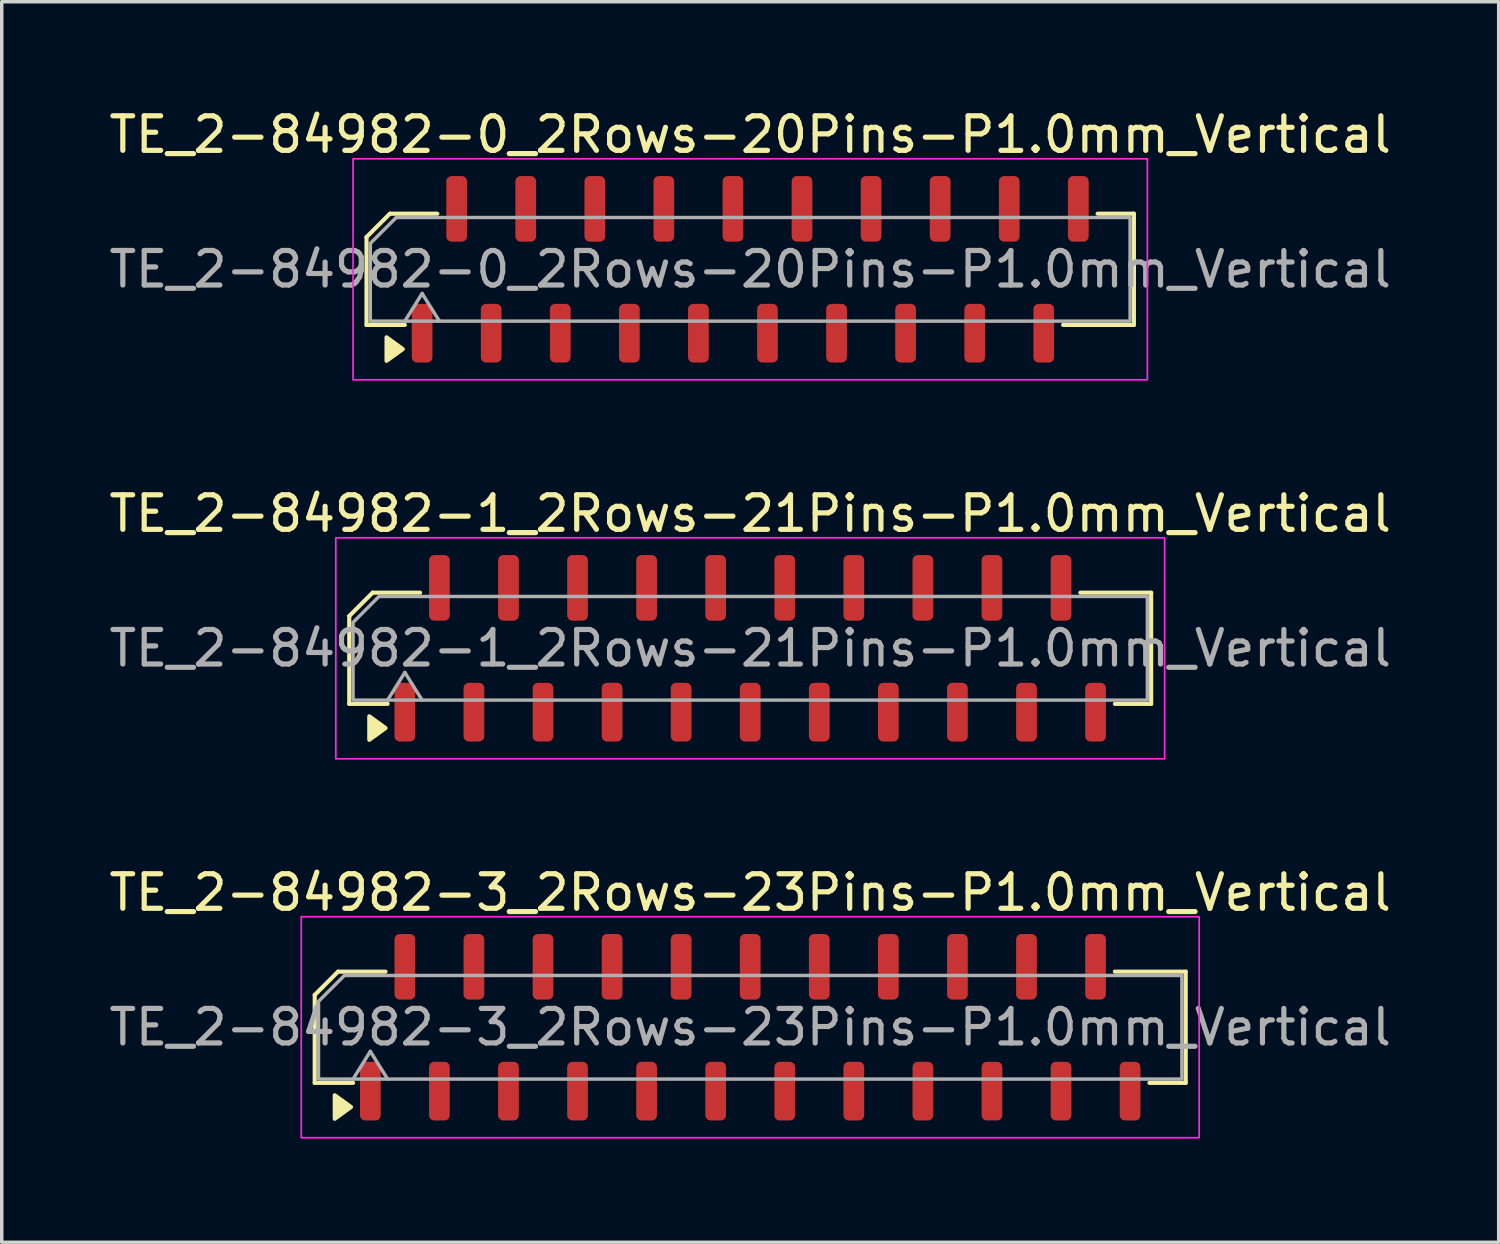
<source format=kicad_pcb>
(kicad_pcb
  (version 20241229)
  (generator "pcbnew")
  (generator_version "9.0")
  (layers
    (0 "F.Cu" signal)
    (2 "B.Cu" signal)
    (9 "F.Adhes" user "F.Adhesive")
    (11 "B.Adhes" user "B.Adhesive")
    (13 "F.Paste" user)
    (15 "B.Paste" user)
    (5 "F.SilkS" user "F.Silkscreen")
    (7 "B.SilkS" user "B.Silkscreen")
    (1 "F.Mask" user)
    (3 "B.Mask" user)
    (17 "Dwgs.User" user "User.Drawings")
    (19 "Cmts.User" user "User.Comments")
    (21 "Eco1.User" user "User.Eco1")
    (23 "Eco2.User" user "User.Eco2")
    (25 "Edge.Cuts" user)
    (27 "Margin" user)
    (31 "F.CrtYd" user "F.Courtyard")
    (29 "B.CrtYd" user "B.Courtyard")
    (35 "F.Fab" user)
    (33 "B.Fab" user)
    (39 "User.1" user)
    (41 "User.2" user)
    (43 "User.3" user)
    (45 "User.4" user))
  (footprint "TE_2-84982-1_2Rows-21Pins-P1.0mm_Vertical"
    (layer "F.Cu")
    (at 18.673 15.722)
    (property "Reference" "TE_2-84982-1_2Rows-21Pins-P1.0mm_Vertical" (at 0 -3.9 0) (layer "F.SilkS") (effects (font (size 1 1) (thickness 0.15))))
    (attr smd)
    (fp_line (start -11.61 -0.934) (end -11.61 1.61) (stroke (width 0.12) (type solid)) (layer "F.SilkS"))
    (fp_line (start -11.61 1.61) (end -10.5 1.61) (stroke (width 0.12) (type solid)) (layer "F.SilkS"))
    (fp_line (start -10.934 -1.61) (end -11.61 -0.934) (stroke (width 0.12) (type solid)) (layer "F.SilkS"))
    (fp_line (start -9.56 -1.61) (end -10.934 -1.61) (stroke (width 0.12) (type solid)) (layer "F.SilkS"))
    (fp_line (start 10.56 1.61) (end 11.61 1.61) (stroke (width 0.12) (type solid)) (layer "F.SilkS"))
    (fp_line (start 11.61 -1.61) (end 9.56 -1.61) (stroke (width 0.12) (type solid)) (layer "F.SilkS"))
    (fp_line (start 11.61 1.61) (end 11.61 -1.61) (stroke (width 0.12) (type solid)) (layer "F.SilkS"))
    (fp_poly (pts (xy -10.56 2.31) (xy -11.03 2.65) (xy -11.03 1.97)) (stroke (width 0.12) (type solid)) (fill yes) (layer "F.SilkS"))
    (fp_rect (start -12 -3.2) (end 12 3.2) (stroke (width 0.05) (type solid)) (fill no) (layer "F.CrtYd"))
    (fp_line (start -10.5 1.5) (end -10 0.7) (stroke (width 0.1) (type solid)) (layer "F.Fab"))
    (fp_line (start -10 0.7) (end -9.5 1.5) (stroke (width 0.1) (type solid)) (layer "F.Fab"))
    (fp_poly (pts (xy -11.5 -0.75) (xy -11.5 1.5) (xy 11.5 1.5) (xy 11.5 -1.5) (xy -10.75 -1.5)) (stroke (width 0.1) (type solid)) (fill no) (layer "F.Fab"))
    (fp_text user "${REFERENCE}" (at 0 0 0) (layer "F.Fab") (effects (font (size 1 1) (thickness 0.15))))
    (pad "1" smd roundrect (at -10 1.85) (size 0.6 1.7) (layers "F.Cu" "F.Mask" "F.Paste") (roundrect_rratio 0.25))
    (pad "2" smd roundrect (at -9 -1.75) (size 0.6 1.9) (layers "F.Cu" "F.Mask" "F.Paste") (roundrect_rratio 0.25))
    (pad "3" smd roundrect (at -8 1.85) (size 0.6 1.7) (layers "F.Cu" "F.Mask" "F.Paste") (roundrect_rratio 0.25))
    (pad "4" smd roundrect (at -7 -1.75) (size 0.6 1.9) (layers "F.Cu" "F.Mask" "F.Paste") (roundrect_rratio 0.25))
    (pad "5" smd roundrect (at -6 1.85) (size 0.6 1.7) (layers "F.Cu" "F.Mask" "F.Paste") (roundrect_rratio 0.25))
    (pad "6" smd roundrect (at -5 -1.75) (size 0.6 1.9) (layers "F.Cu" "F.Mask" "F.Paste") (roundrect_rratio 0.25))
    (pad "7" smd roundrect (at -4 1.85) (size 0.6 1.7) (layers "F.Cu" "F.Mask" "F.Paste") (roundrect_rratio 0.25))
    (pad "8" smd roundrect (at -3 -1.75) (size 0.6 1.9) (layers "F.Cu" "F.Mask" "F.Paste") (roundrect_rratio 0.25))
    (pad "9" smd roundrect (at -2 1.85) (size 0.6 1.7) (layers "F.Cu" "F.Mask" "F.Paste") (roundrect_rratio 0.25))
    (pad "10" smd roundrect (at -1 -1.75) (size 0.6 1.9) (layers "F.Cu" "F.Mask" "F.Paste") (roundrect_rratio 0.25))
    (pad "11" smd roundrect (at 0 1.85) (size 0.6 1.7) (layers "F.Cu" "F.Mask" "F.Paste") (roundrect_rratio 0.25))
    (pad "12" smd roundrect (at 1 -1.75) (size 0.6 1.9) (layers "F.Cu" "F.Mask" "F.Paste") (roundrect_rratio 0.25))
    (pad "13" smd roundrect (at 2 1.85) (size 0.6 1.7) (layers "F.Cu" "F.Mask" "F.Paste") (roundrect_rratio 0.25))
    (pad "14" smd roundrect (at 3 -1.75) (size 0.6 1.9) (layers "F.Cu" "F.Mask" "F.Paste") (roundrect_rratio 0.25))
    (pad "15" smd roundrect (at 4 1.85) (size 0.6 1.7) (layers "F.Cu" "F.Mask" "F.Paste") (roundrect_rratio 0.25))
    (pad "16" smd roundrect (at 5 -1.75) (size 0.6 1.9) (layers "F.Cu" "F.Mask" "F.Paste") (roundrect_rratio 0.25))
    (pad "17" smd roundrect (at 6 1.85) (size 0.6 1.7) (layers "F.Cu" "F.Mask" "F.Paste") (roundrect_rratio 0.25))
    (pad "18" smd roundrect (at 7 -1.75) (size 0.6 1.9) (layers "F.Cu" "F.Mask" "F.Paste") (roundrect_rratio 0.25))
    (pad "19" smd roundrect (at 8 1.85) (size 0.6 1.7) (layers "F.Cu" "F.Mask" "F.Paste") (roundrect_rratio 0.25))
    (pad "20" smd roundrect (at 9 -1.75) (size 0.6 1.9) (layers "F.Cu" "F.Mask" "F.Paste") (roundrect_rratio 0.25))
    (pad "21" smd roundrect (at 10 1.85) (size 0.6 1.7) (layers "F.Cu" "F.Mask" "F.Paste") (roundrect_rratio 0.25)))
  (footprint "TE_2-84982-3_2Rows-23Pins-P1.0mm_Vertical"
    (layer "F.Cu")
    (at 18.673 26.695)
    (property "Reference" "TE_2-84982-3_2Rows-23Pins-P1.0mm_Vertical" (at 0 -3.9 0) (layer "F.SilkS") (effects (font (size 1 1) (thickness 0.15))))
    (attr smd)
    (fp_line (start -12.61 -0.934) (end -12.61 1.61) (stroke (width 0.12) (type solid)) (layer "F.SilkS"))
    (fp_line (start -12.61 1.61) (end -11.5 1.61) (stroke (width 0.12) (type solid)) (layer "F.SilkS"))
    (fp_line (start -11.934 -1.61) (end -12.61 -0.934) (stroke (width 0.12) (type solid)) (layer "F.SilkS"))
    (fp_line (start -10.56 -1.61) (end -11.934 -1.61) (stroke (width 0.12) (type solid)) (layer "F.SilkS"))
    (fp_line (start 11.56 1.61) (end 12.61 1.61) (stroke (width 0.12) (type solid)) (layer "F.SilkS"))
    (fp_line (start 12.61 -1.61) (end 10.56 -1.61) (stroke (width 0.12) (type solid)) (layer "F.SilkS"))
    (fp_line (start 12.61 1.61) (end 12.61 -1.61) (stroke (width 0.12) (type solid)) (layer "F.SilkS"))
    (fp_poly (pts (xy -11.56 2.31) (xy -12.03 2.65) (xy -12.03 1.97)) (stroke (width 0.12) (type solid)) (fill yes) (layer "F.SilkS"))
    (fp_rect (start -13 -3.2) (end 13 3.2) (stroke (width 0.05) (type solid)) (fill no) (layer "F.CrtYd"))
    (fp_line (start -11.5 1.5) (end -11 0.7) (stroke (width 0.1) (type solid)) (layer "F.Fab"))
    (fp_line (start -11 0.7) (end -10.5 1.5) (stroke (width 0.1) (type solid)) (layer "F.Fab"))
    (fp_poly (pts (xy -12.5 -0.75) (xy -12.5 1.5) (xy 12.5 1.5) (xy 12.5 -1.5) (xy -11.75 -1.5)) (stroke (width 0.1) (type solid)) (fill no) (layer "F.Fab"))
    (fp_text user "${REFERENCE}" (at 0 0 0) (layer "F.Fab") (effects (font (size 1 1) (thickness 0.15))))
    (pad "1" smd roundrect (at -11 1.85) (size 0.6 1.7) (layers "F.Cu" "F.Mask" "F.Paste") (roundrect_rratio 0.25))
    (pad "2" smd roundrect (at -10 -1.75) (size 0.6 1.9) (layers "F.Cu" "F.Mask" "F.Paste") (roundrect_rratio 0.25))
    (pad "3" smd roundrect (at -9 1.85) (size 0.6 1.7) (layers "F.Cu" "F.Mask" "F.Paste") (roundrect_rratio 0.25))
    (pad "4" smd roundrect (at -8 -1.75) (size 0.6 1.9) (layers "F.Cu" "F.Mask" "F.Paste") (roundrect_rratio 0.25))
    (pad "5" smd roundrect (at -7 1.85) (size 0.6 1.7) (layers "F.Cu" "F.Mask" "F.Paste") (roundrect_rratio 0.25))
    (pad "6" smd roundrect (at -6 -1.75) (size 0.6 1.9) (layers "F.Cu" "F.Mask" "F.Paste") (roundrect_rratio 0.25))
    (pad "7" smd roundrect (at -5 1.85) (size 0.6 1.7) (layers "F.Cu" "F.Mask" "F.Paste") (roundrect_rratio 0.25))
    (pad "8" smd roundrect (at -4 -1.75) (size 0.6 1.9) (layers "F.Cu" "F.Mask" "F.Paste") (roundrect_rratio 0.25))
    (pad "9" smd roundrect (at -3 1.85) (size 0.6 1.7) (layers "F.Cu" "F.Mask" "F.Paste") (roundrect_rratio 0.25))
    (pad "10" smd roundrect (at -2 -1.75) (size 0.6 1.9) (layers "F.Cu" "F.Mask" "F.Paste") (roundrect_rratio 0.25))
    (pad "11" smd roundrect (at -1 1.85) (size 0.6 1.7) (layers "F.Cu" "F.Mask" "F.Paste") (roundrect_rratio 0.25))
    (pad "12" smd roundrect (at 0 -1.75) (size 0.6 1.9) (layers "F.Cu" "F.Mask" "F.Paste") (roundrect_rratio 0.25))
    (pad "13" smd roundrect (at 1 1.85) (size 0.6 1.7) (layers "F.Cu" "F.Mask" "F.Paste") (roundrect_rratio 0.25))
    (pad "14" smd roundrect (at 2 -1.75) (size 0.6 1.9) (layers "F.Cu" "F.Mask" "F.Paste") (roundrect_rratio 0.25))
    (pad "15" smd roundrect (at 3 1.85) (size 0.6 1.7) (layers "F.Cu" "F.Mask" "F.Paste") (roundrect_rratio 0.25))
    (pad "16" smd roundrect (at 4 -1.75) (size 0.6 1.9) (layers "F.Cu" "F.Mask" "F.Paste") (roundrect_rratio 0.25))
    (pad "17" smd roundrect (at 5 1.85) (size 0.6 1.7) (layers "F.Cu" "F.Mask" "F.Paste") (roundrect_rratio 0.25))
    (pad "18" smd roundrect (at 6 -1.75) (size 0.6 1.9) (layers "F.Cu" "F.Mask" "F.Paste") (roundrect_rratio 0.25))
    (pad "19" smd roundrect (at 7 1.85) (size 0.6 1.7) (layers "F.Cu" "F.Mask" "F.Paste") (roundrect_rratio 0.25))
    (pad "20" smd roundrect (at 8 -1.75) (size 0.6 1.9) (layers "F.Cu" "F.Mask" "F.Paste") (roundrect_rratio 0.25))
    (pad "21" smd roundrect (at 9 1.85) (size 0.6 1.7) (layers "F.Cu" "F.Mask" "F.Paste") (roundrect_rratio 0.25))
    (pad "22" smd roundrect (at 10 -1.75) (size 0.6 1.9) (layers "F.Cu" "F.Mask" "F.Paste") (roundrect_rratio 0.25))
    (pad "23" smd roundrect (at 11 1.85) (size 0.6 1.7) (layers "F.Cu" "F.Mask" "F.Paste") (roundrect_rratio 0.25)))
  (footprint "TE_2-84982-0_2Rows-20Pins-P1.0mm_Vertical"
    (layer "F.Cu")
    (at 18.673 4.748)
    (property "Reference" "TE_2-84982-0_2Rows-20Pins-P1.0mm_Vertical" (at 0 -3.9 0) (layer "F.SilkS") (effects (font (size 1 1) (thickness 0.15))))
    (attr smd)
    (fp_line (start -11.11 -0.934) (end -11.11 1.61) (stroke (width 0.12) (type solid)) (layer "F.SilkS"))
    (fp_line (start -11.11 1.61) (end -10 1.61) (stroke (width 0.12) (type solid)) (layer "F.SilkS"))
    (fp_line (start -10.434 -1.61) (end -11.11 -0.934) (stroke (width 0.12) (type solid)) (layer "F.SilkS"))
    (fp_line (start -9.06 -1.61) (end -10.434 -1.61) (stroke (width 0.12) (type solid)) (layer "F.SilkS"))
    (fp_line (start 9.06 1.61) (end 11.11 1.61) (stroke (width 0.12) (type solid)) (layer "F.SilkS"))
    (fp_line (start 11.11 -1.61) (end 10.06 -1.61) (stroke (width 0.12) (type solid)) (layer "F.SilkS"))
    (fp_line (start 11.11 1.61) (end 11.11 -1.61) (stroke (width 0.12) (type solid)) (layer "F.SilkS"))
    (fp_poly (pts (xy -10.06 2.31) (xy -10.53 2.65) (xy -10.53 1.97)) (stroke (width 0.12) (type solid)) (fill yes) (layer "F.SilkS"))
    (fp_rect (start -11.5 -3.2) (end 11.5 3.2) (stroke (width 0.05) (type solid)) (fill no) (layer "F.CrtYd"))
    (fp_line (start -10 1.5) (end -9.5 0.7) (stroke (width 0.1) (type solid)) (layer "F.Fab"))
    (fp_line (start -9.5 0.7) (end -9 1.5) (stroke (width 0.1) (type solid)) (layer "F.Fab"))
    (fp_poly (pts (xy -11 -0.75) (xy -11 1.5) (xy 11 1.5) (xy 11 -1.5) (xy -10.25 -1.5)) (stroke (width 0.1) (type solid)) (fill no) (layer "F.Fab"))
    (fp_text user "${REFERENCE}" (at 0 0 0) (layer "F.Fab") (effects (font (size 1 1) (thickness 0.15))))
    (pad "1" smd roundrect (at -9.5 1.85) (size 0.6 1.7) (layers "F.Cu" "F.Mask" "F.Paste") (roundrect_rratio 0.25))
    (pad "2" smd roundrect (at -8.5 -1.75) (size 0.6 1.9) (layers "F.Cu" "F.Mask" "F.Paste") (roundrect_rratio 0.25))
    (pad "3" smd roundrect (at -7.5 1.85) (size 0.6 1.7) (layers "F.Cu" "F.Mask" "F.Paste") (roundrect_rratio 0.25))
    (pad "4" smd roundrect (at -6.5 -1.75) (size 0.6 1.9) (layers "F.Cu" "F.Mask" "F.Paste") (roundrect_rratio 0.25))
    (pad "5" smd roundrect (at -5.5 1.85) (size 0.6 1.7) (layers "F.Cu" "F.Mask" "F.Paste") (roundrect_rratio 0.25))
    (pad "6" smd roundrect (at -4.5 -1.75) (size 0.6 1.9) (layers "F.Cu" "F.Mask" "F.Paste") (roundrect_rratio 0.25))
    (pad "7" smd roundrect (at -3.5 1.85) (size 0.6 1.7) (layers "F.Cu" "F.Mask" "F.Paste") (roundrect_rratio 0.25))
    (pad "8" smd roundrect (at -2.5 -1.75) (size 0.6 1.9) (layers "F.Cu" "F.Mask" "F.Paste") (roundrect_rratio 0.25))
    (pad "9" smd roundrect (at -1.5 1.85) (size 0.6 1.7) (layers "F.Cu" "F.Mask" "F.Paste") (roundrect_rratio 0.25))
    (pad "10" smd roundrect (at -0.5 -1.75) (size 0.6 1.9) (layers "F.Cu" "F.Mask" "F.Paste") (roundrect_rratio 0.25))
    (pad "11" smd roundrect (at 0.5 1.85) (size 0.6 1.7) (layers "F.Cu" "F.Mask" "F.Paste") (roundrect_rratio 0.25))
    (pad "12" smd roundrect (at 1.5 -1.75) (size 0.6 1.9) (layers "F.Cu" "F.Mask" "F.Paste") (roundrect_rratio 0.25))
    (pad "13" smd roundrect (at 2.5 1.85) (size 0.6 1.7) (layers "F.Cu" "F.Mask" "F.Paste") (roundrect_rratio 0.25))
    (pad "14" smd roundrect (at 3.5 -1.75) (size 0.6 1.9) (layers "F.Cu" "F.Mask" "F.Paste") (roundrect_rratio 0.25))
    (pad "15" smd roundrect (at 4.5 1.85) (size 0.6 1.7) (layers "F.Cu" "F.Mask" "F.Paste") (roundrect_rratio 0.25))
    (pad "16" smd roundrect (at 5.5 -1.75) (size 0.6 1.9) (layers "F.Cu" "F.Mask" "F.Paste") (roundrect_rratio 0.25))
    (pad "17" smd roundrect (at 6.5 1.85) (size 0.6 1.7) (layers "F.Cu" "F.Mask" "F.Paste") (roundrect_rratio 0.25))
    (pad "18" smd roundrect (at 7.5 -1.75) (size 0.6 1.9) (layers "F.Cu" "F.Mask" "F.Paste") (roundrect_rratio 0.25))
    (pad "19" smd roundrect (at 8.5 1.85) (size 0.6 1.7) (layers "F.Cu" "F.Mask" "F.Paste") (roundrect_rratio 0.25))
    (pad "20" smd roundrect (at 9.5 -1.75) (size 0.6 1.9) (layers "F.Cu" "F.Mask" "F.Paste") (roundrect_rratio 0.25)))
  (gr_rect
    (start -3 -3)
    (end 40.345 32.92)
    (stroke (width 0.1) (type default))
    (fill no)
    (layer "Edge.Cuts")))
</source>
